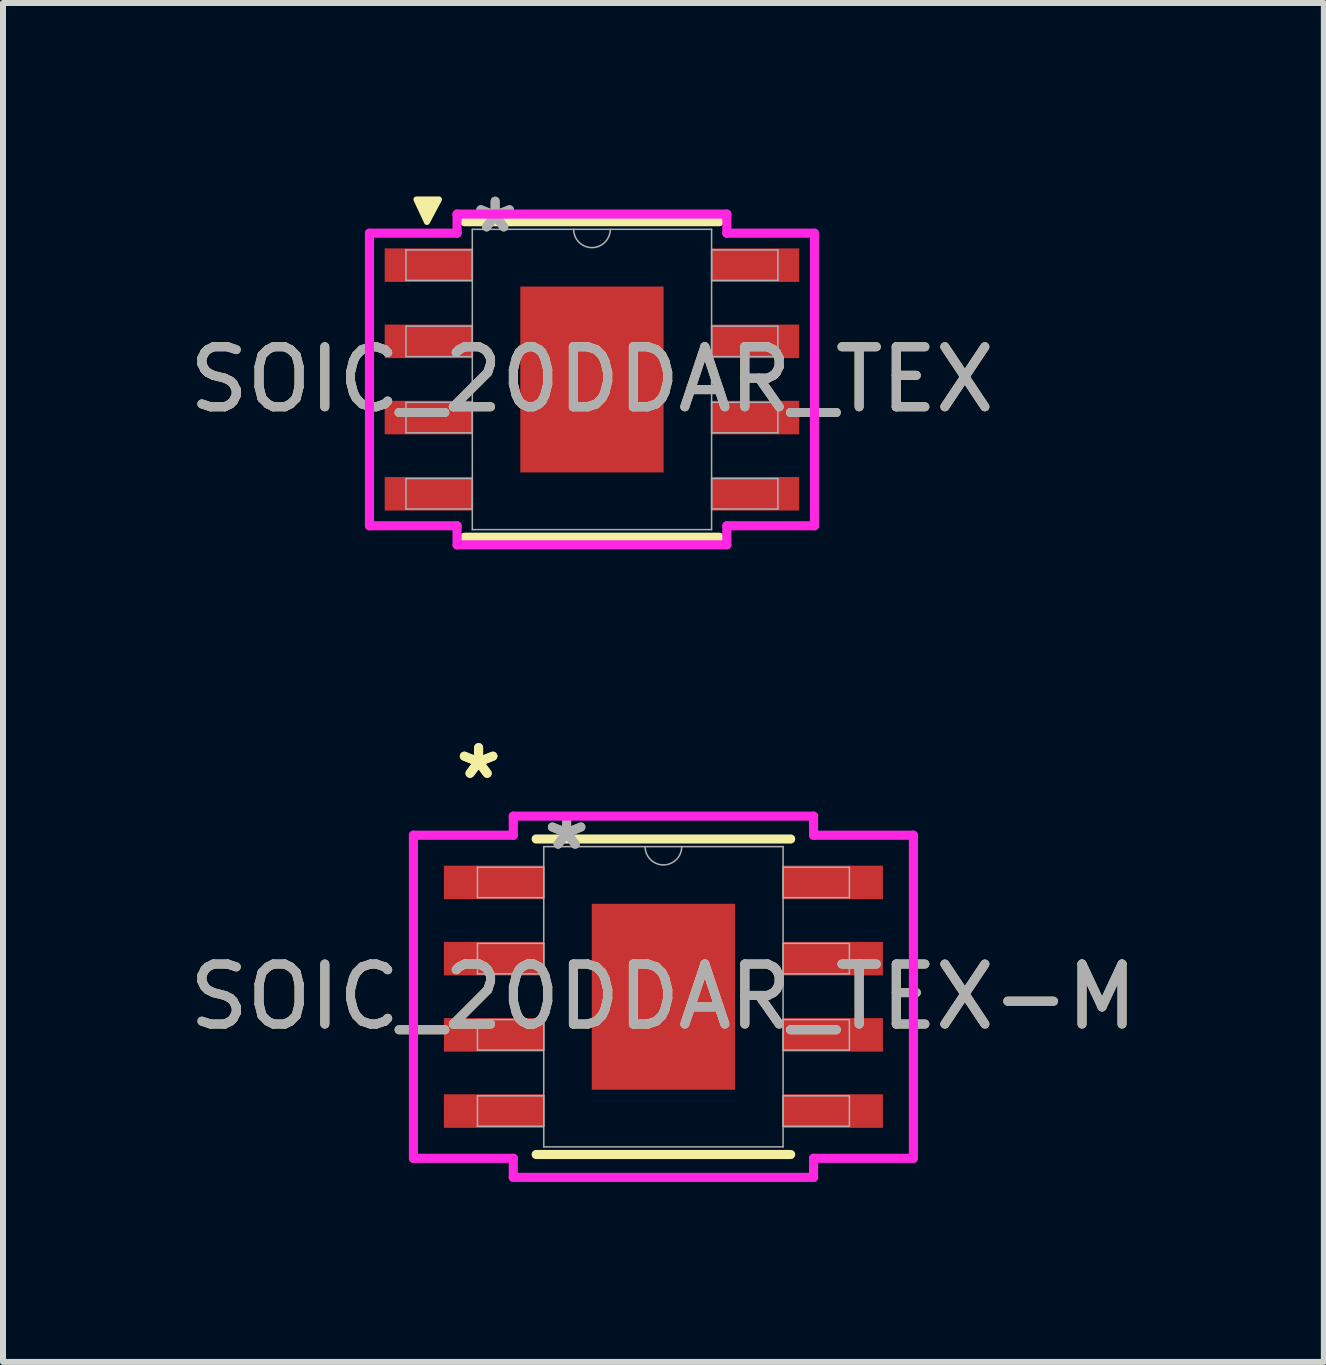
<source format=kicad_pcb>
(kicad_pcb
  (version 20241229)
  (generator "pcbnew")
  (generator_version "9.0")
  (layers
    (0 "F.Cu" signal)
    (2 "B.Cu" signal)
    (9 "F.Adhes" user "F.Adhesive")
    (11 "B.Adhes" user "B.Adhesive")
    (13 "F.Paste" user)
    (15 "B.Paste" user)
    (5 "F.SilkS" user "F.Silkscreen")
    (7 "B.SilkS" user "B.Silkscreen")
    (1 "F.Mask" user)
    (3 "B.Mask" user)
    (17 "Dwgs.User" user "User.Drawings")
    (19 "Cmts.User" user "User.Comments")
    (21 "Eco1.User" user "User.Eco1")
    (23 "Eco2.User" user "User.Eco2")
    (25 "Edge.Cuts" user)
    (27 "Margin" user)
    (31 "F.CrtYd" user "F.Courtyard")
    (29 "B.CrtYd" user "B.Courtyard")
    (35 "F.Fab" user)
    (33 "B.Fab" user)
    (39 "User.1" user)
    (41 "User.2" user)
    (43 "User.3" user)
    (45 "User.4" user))
  (footprint "SOIC_20DDAR_TEX-M"
    (layer "F.Cu")
    (at 8.006 13.561)
    (property "Reference" "SOIC_20DDAR_TEX-M" (at 0 0 0) (unlocked yes) (layer "F.SilkS") (effects (font (size 1 1) (thickness 0.15))))
    (attr smd)
    (fp_line (start -2.121 2.629) (end 2.121 2.629) (stroke (width 0.152) (type solid)) (layer "F.SilkS"))
    (fp_line (start 2.121 -2.629) (end -2.121 -2.629) (stroke (width 0.152) (type solid)) (layer "F.SilkS"))
    (fp_poly (pts (xy -1.094 -1.449) (xy -1.094 -0.1) (xy 1.094 -0.1) (xy 1.094 -1.449)) (stroke (width 0) (type solid)) (fill yes) (layer "F.Paste"))
    (fp_poly (pts (xy -1.094 0.1) (xy -1.094 1.449) (xy 1.094 1.449) (xy 1.094 0.1)) (stroke (width 0) (type solid)) (fill yes) (layer "F.Paste"))
    (fp_line (start -4.166 -2.692) (end -2.502 -2.692) (stroke (width 0.152) (type solid)) (layer "F.CrtYd"))
    (fp_line (start -4.166 2.692) (end -4.166 -2.692) (stroke (width 0.152) (type solid)) (layer "F.CrtYd"))
    (fp_line (start -4.166 2.692) (end -2.502 2.692) (stroke (width 0.152) (type solid)) (layer "F.CrtYd"))
    (fp_line (start -2.502 -3.01) (end 2.502 -3.01) (stroke (width 0.152) (type solid)) (layer "F.CrtYd"))
    (fp_line (start -2.502 -2.692) (end -2.502 -3.01) (stroke (width 0.152) (type solid)) (layer "F.CrtYd"))
    (fp_line (start -2.502 3.01) (end -2.502 2.692) (stroke (width 0.152) (type solid)) (layer "F.CrtYd"))
    (fp_line (start 2.502 -3.01) (end 2.502 -2.692) (stroke (width 0.152) (type solid)) (layer "F.CrtYd"))
    (fp_line (start 2.502 2.692) (end 2.502 3.01) (stroke (width 0.152) (type solid)) (layer "F.CrtYd"))
    (fp_line (start 2.502 3.01) (end -2.502 3.01) (stroke (width 0.152) (type solid)) (layer "F.CrtYd"))
    (fp_line (start 4.166 -2.692) (end 2.502 -2.692) (stroke (width 0.152) (type solid)) (layer "F.CrtYd"))
    (fp_line (start 4.166 -2.692) (end 4.166 2.692) (stroke (width 0.152) (type solid)) (layer "F.CrtYd"))
    (fp_line (start 4.166 2.692) (end 2.502 2.692) (stroke (width 0.152) (type solid)) (layer "F.CrtYd"))
    (fp_line (start -3.099 -2.159) (end -3.099 -1.651) (stroke (width 0.025) (type solid)) (layer "F.Fab"))
    (fp_line (start -3.099 -1.651) (end -1.994 -1.651) (stroke (width 0.025) (type solid)) (layer "F.Fab"))
    (fp_line (start -3.099 -0.889) (end -3.099 -0.381) (stroke (width 0.025) (type solid)) (layer "F.Fab"))
    (fp_line (start -3.099 -0.381) (end -1.994 -0.381) (stroke (width 0.025) (type solid)) (layer "F.Fab"))
    (fp_line (start -3.099 0.381) (end -3.099 0.889) (stroke (width 0.025) (type solid)) (layer "F.Fab"))
    (fp_line (start -3.099 0.889) (end -1.994 0.889) (stroke (width 0.025) (type solid)) (layer "F.Fab"))
    (fp_line (start -3.099 1.651) (end -3.099 2.159) (stroke (width 0.025) (type solid)) (layer "F.Fab"))
    (fp_line (start -3.099 2.159) (end -1.994 2.159) (stroke (width 0.025) (type solid)) (layer "F.Fab"))
    (fp_line (start -1.994 -2.502) (end -1.994 2.502) (stroke (width 0.025) (type solid)) (layer "F.Fab"))
    (fp_line (start -1.994 -2.159) (end -3.099 -2.159) (stroke (width 0.025) (type solid)) (layer "F.Fab"))
    (fp_line (start -1.994 -1.651) (end -1.994 -2.159) (stroke (width 0.025) (type solid)) (layer "F.Fab"))
    (fp_line (start -1.994 -0.889) (end -3.099 -0.889) (stroke (width 0.025) (type solid)) (layer "F.Fab"))
    (fp_line (start -1.994 -0.381) (end -1.994 -0.889) (stroke (width 0.025) (type solid)) (layer "F.Fab"))
    (fp_line (start -1.994 0.381) (end -3.099 0.381) (stroke (width 0.025) (type solid)) (layer "F.Fab"))
    (fp_line (start -1.994 0.889) (end -1.994 0.381) (stroke (width 0.025) (type solid)) (layer "F.Fab"))
    (fp_line (start -1.994 1.651) (end -3.099 1.651) (stroke (width 0.025) (type solid)) (layer "F.Fab"))
    (fp_line (start -1.994 2.159) (end -1.994 1.651) (stroke (width 0.025) (type solid)) (layer "F.Fab"))
    (fp_line (start -1.994 2.502) (end 1.994 2.502) (stroke (width 0.025) (type solid)) (layer "F.Fab"))
    (fp_line (start 1.994 -2.502) (end -1.994 -2.502) (stroke (width 0.025) (type solid)) (layer "F.Fab"))
    (fp_line (start 1.994 -2.159) (end 1.994 -1.651) (stroke (width 0.025) (type solid)) (layer "F.Fab"))
    (fp_line (start 1.994 -1.651) (end 3.099 -1.651) (stroke (width 0.025) (type solid)) (layer "F.Fab"))
    (fp_line (start 1.994 -0.889) (end 1.994 -0.381) (stroke (width 0.025) (type solid)) (layer "F.Fab"))
    (fp_line (start 1.994 -0.381) (end 3.099 -0.381) (stroke (width 0.025) (type solid)) (layer "F.Fab"))
    (fp_line (start 1.994 0.381) (end 1.994 0.889) (stroke (width 0.025) (type solid)) (layer "F.Fab"))
    (fp_line (start 1.994 0.889) (end 3.099 0.889) (stroke (width 0.025) (type solid)) (layer "F.Fab"))
    (fp_line (start 1.994 1.651) (end 1.994 2.159) (stroke (width 0.025) (type solid)) (layer "F.Fab"))
    (fp_line (start 1.994 2.159) (end 3.099 2.159) (stroke (width 0.025) (type solid)) (layer "F.Fab"))
    (fp_line (start 1.994 2.502) (end 1.994 -2.502) (stroke (width 0.025) (type solid)) (layer "F.Fab"))
    (fp_line (start 3.099 -2.159) (end 1.994 -2.159) (stroke (width 0.025) (type solid)) (layer "F.Fab"))
    (fp_line (start 3.099 -1.651) (end 3.099 -2.159) (stroke (width 0.025) (type solid)) (layer "F.Fab"))
    (fp_line (start 3.099 -0.889) (end 1.994 -0.889) (stroke (width 0.025) (type solid)) (layer "F.Fab"))
    (fp_line (start 3.099 -0.381) (end 3.099 -0.889) (stroke (width 0.025) (type solid)) (layer "F.Fab"))
    (fp_line (start 3.099 0.381) (end 1.994 0.381) (stroke (width 0.025) (type solid)) (layer "F.Fab"))
    (fp_line (start 3.099 0.889) (end 3.099 0.381) (stroke (width 0.025) (type solid)) (layer "F.Fab"))
    (fp_line (start 3.099 1.651) (end 1.994 1.651) (stroke (width 0.025) (type solid)) (layer "F.Fab"))
    (fp_line (start 3.099 2.159) (end 3.099 1.651) (stroke (width 0.025) (type solid)) (layer "F.Fab"))
    (fp_arc (start 0.3048 -2.5019) (mid 0 -2.1971) (end -0.3048 -2.5019) (stroke (width 0.0254) (type solid)) (layer "F.Fab"))
    (fp_text user "*" (at -3.08 -3.607 0) (layer "F.SilkS") (effects (font (size 1 1) (thickness 0.15))))
    (fp_text user "*" (at -3.08 -3.607 0) (unlocked yes) (layer "F.SilkS") (effects (font (size 1 1) (thickness 0.15))))
    (fp_text user "*" (at -1.613 -2.426 0) (unlocked yes) (layer "F.Fab") (effects (font (size 1 1) (thickness 0.15))))
    (fp_text user "*" (at -1.613 -2.426 0) (layer "F.Fab") (effects (font (size 1 1) (thickness 0.15))))
    (fp_text user "${REFERENCE}" (at 0 0 0) (unlocked yes) (layer "F.Fab") (effects (font (size 1 1) (thickness 0.15))))
    (pad "1" smd rect (at -2.826 -1.905) (size 1.664 0.559) (layers "F.Cu" "F.Mask" "F.Paste"))
    (pad "2" smd rect (at -2.826 -0.635) (size 1.664 0.559) (layers "F.Cu" "F.Mask" "F.Paste"))
    (pad "3" smd rect (at -2.826 0.635) (size 1.664 0.559) (layers "F.Cu" "F.Mask" "F.Paste"))
    (pad "4" smd rect (at -2.826 1.905) (size 1.664 0.559) (layers "F.Cu" "F.Mask" "F.Paste"))
    (pad "5" smd rect (at 2.826 1.905) (size 1.664 0.559) (layers "F.Cu" "F.Mask" "F.Paste"))
    (pad "6" smd rect (at 2.826 0.635) (size 1.664 0.559) (layers "F.Cu" "F.Mask" "F.Paste"))
    (pad "7" smd rect (at 2.826 -0.635) (size 1.664 0.559) (layers "F.Cu" "F.Mask" "F.Paste"))
    (pad "8" smd rect (at 2.826 -1.905) (size 1.664 0.559) (layers "F.Cu" "F.Mask" "F.Paste"))
    (pad "EPAD" smd rect (at 0 0) (size 2.388 3.099) (layers "F.Cu" "F.Mask")))
  (footprint "SOIC_20DDAR_TEX"
    (layer "F.Cu")
    (at 6.815 3.274)
    (property "Reference" "SOIC_20DDAR_TEX" (at 0 0 0) (unlocked yes) (layer "F.SilkS") (effects (font (size 1 1) (thickness 0.15))))
    (attr smd)
    (fp_line (start -2.121 2.629) (end 2.121 2.629) (stroke (width 0.152) (type solid)) (layer "F.SilkS"))
    (fp_line (start 2.121 -2.629) (end -2.121 -2.629) (stroke (width 0.152) (type solid)) (layer "F.SilkS"))
    (fp_poly (pts (xy -2.925 -3) (xy -2.75 -2.625) (xy -2.55 -3)) (stroke (width 0.1) (type solid)) (fill yes) (layer "F.SilkS"))
    (fp_poly (pts (xy -1.094 -1.449) (xy -1.094 -0.1) (xy 1.094 -0.1) (xy 1.094 -1.449)) (stroke (width 0) (type solid)) (fill yes) (layer "F.Paste"))
    (fp_poly (pts (xy -1.094 0.1) (xy -1.094 1.449) (xy 1.094 1.449) (xy 1.094 0.1)) (stroke (width 0) (type solid)) (fill yes) (layer "F.Paste"))
    (fp_line (start -3.708 -2.438) (end -2.248 -2.438) (stroke (width 0.152) (type solid)) (layer "F.CrtYd"))
    (fp_line (start -3.708 2.438) (end -3.708 -2.438) (stroke (width 0.152) (type solid)) (layer "F.CrtYd"))
    (fp_line (start -3.708 2.438) (end -2.248 2.438) (stroke (width 0.152) (type solid)) (layer "F.CrtYd"))
    (fp_line (start -2.248 -2.756) (end 2.248 -2.756) (stroke (width 0.152) (type solid)) (layer "F.CrtYd"))
    (fp_line (start -2.248 -2.438) (end -2.248 -2.756) (stroke (width 0.152) (type solid)) (layer "F.CrtYd"))
    (fp_line (start -2.248 2.756) (end -2.248 2.438) (stroke (width 0.152) (type solid)) (layer "F.CrtYd"))
    (fp_line (start 2.248 -2.756) (end 2.248 -2.438) (stroke (width 0.152) (type solid)) (layer "F.CrtYd"))
    (fp_line (start 2.248 2.438) (end 2.248 2.756) (stroke (width 0.152) (type solid)) (layer "F.CrtYd"))
    (fp_line (start 2.248 2.756) (end -2.248 2.756) (stroke (width 0.152) (type solid)) (layer "F.CrtYd"))
    (fp_line (start 3.708 -2.438) (end 2.248 -2.438) (stroke (width 0.152) (type solid)) (layer "F.CrtYd"))
    (fp_line (start 3.708 -2.438) (end 3.708 2.438) (stroke (width 0.152) (type solid)) (layer "F.CrtYd"))
    (fp_line (start 3.708 2.438) (end 2.248 2.438) (stroke (width 0.152) (type solid)) (layer "F.CrtYd"))
    (fp_line (start -3.099 -2.159) (end -3.099 -1.651) (stroke (width 0.025) (type solid)) (layer "F.Fab"))
    (fp_line (start -3.099 -1.651) (end -1.994 -1.651) (stroke (width 0.025) (type solid)) (layer "F.Fab"))
    (fp_line (start -3.099 -0.889) (end -3.099 -0.381) (stroke (width 0.025) (type solid)) (layer "F.Fab"))
    (fp_line (start -3.099 -0.381) (end -1.994 -0.381) (stroke (width 0.025) (type solid)) (layer "F.Fab"))
    (fp_line (start -3.099 0.381) (end -3.099 0.889) (stroke (width 0.025) (type solid)) (layer "F.Fab"))
    (fp_line (start -3.099 0.889) (end -1.994 0.889) (stroke (width 0.025) (type solid)) (layer "F.Fab"))
    (fp_line (start -3.099 1.651) (end -3.099 2.159) (stroke (width 0.025) (type solid)) (layer "F.Fab"))
    (fp_line (start -3.099 2.159) (end -1.994 2.159) (stroke (width 0.025) (type solid)) (layer "F.Fab"))
    (fp_line (start -1.994 -2.502) (end -1.994 2.502) (stroke (width 0.025) (type solid)) (layer "F.Fab"))
    (fp_line (start -1.994 -2.159) (end -3.099 -2.159) (stroke (width 0.025) (type solid)) (layer "F.Fab"))
    (fp_line (start -1.994 -1.651) (end -1.994 -2.159) (stroke (width 0.025) (type solid)) (layer "F.Fab"))
    (fp_line (start -1.994 -0.889) (end -3.099 -0.889) (stroke (width 0.025) (type solid)) (layer "F.Fab"))
    (fp_line (start -1.994 -0.381) (end -1.994 -0.889) (stroke (width 0.025) (type solid)) (layer "F.Fab"))
    (fp_line (start -1.994 0.381) (end -3.099 0.381) (stroke (width 0.025) (type solid)) (layer "F.Fab"))
    (fp_line (start -1.994 0.889) (end -1.994 0.381) (stroke (width 0.025) (type solid)) (layer "F.Fab"))
    (fp_line (start -1.994 1.651) (end -3.099 1.651) (stroke (width 0.025) (type solid)) (layer "F.Fab"))
    (fp_line (start -1.994 2.159) (end -1.994 1.651) (stroke (width 0.025) (type solid)) (layer "F.Fab"))
    (fp_line (start -1.994 2.502) (end 1.994 2.502) (stroke (width 0.025) (type solid)) (layer "F.Fab"))
    (fp_line (start 1.994 -2.502) (end -1.994 -2.502) (stroke (width 0.025) (type solid)) (layer "F.Fab"))
    (fp_line (start 1.994 -2.159) (end 1.994 -1.651) (stroke (width 0.025) (type solid)) (layer "F.Fab"))
    (fp_line (start 1.994 -1.651) (end 3.099 -1.651) (stroke (width 0.025) (type solid)) (layer "F.Fab"))
    (fp_line (start 1.994 -0.889) (end 1.994 -0.381) (stroke (width 0.025) (type solid)) (layer "F.Fab"))
    (fp_line (start 1.994 -0.381) (end 3.099 -0.381) (stroke (width 0.025) (type solid)) (layer "F.Fab"))
    (fp_line (start 1.994 0.381) (end 1.994 0.889) (stroke (width 0.025) (type solid)) (layer "F.Fab"))
    (fp_line (start 1.994 0.889) (end 3.099 0.889) (stroke (width 0.025) (type solid)) (layer "F.Fab"))
    (fp_line (start 1.994 1.651) (end 1.994 2.159) (stroke (width 0.025) (type solid)) (layer "F.Fab"))
    (fp_line (start 1.994 2.159) (end 3.099 2.159) (stroke (width 0.025) (type solid)) (layer "F.Fab"))
    (fp_line (start 1.994 2.502) (end 1.994 -2.502) (stroke (width 0.025) (type solid)) (layer "F.Fab"))
    (fp_line (start 3.099 -2.159) (end 1.994 -2.159) (stroke (width 0.025) (type solid)) (layer "F.Fab"))
    (fp_line (start 3.099 -1.651) (end 3.099 -2.159) (stroke (width 0.025) (type solid)) (layer "F.Fab"))
    (fp_line (start 3.099 -0.889) (end 1.994 -0.889) (stroke (width 0.025) (type solid)) (layer "F.Fab"))
    (fp_line (start 3.099 -0.381) (end 3.099 -0.889) (stroke (width 0.025) (type solid)) (layer "F.Fab"))
    (fp_line (start 3.099 0.381) (end 1.994 0.381) (stroke (width 0.025) (type solid)) (layer "F.Fab"))
    (fp_line (start 3.099 0.889) (end 3.099 0.381) (stroke (width 0.025) (type solid)) (layer "F.Fab"))
    (fp_line (start 3.099 1.651) (end 1.994 1.651) (stroke (width 0.025) (type solid)) (layer "F.Fab"))
    (fp_line (start 3.099 2.159) (end 3.099 1.651) (stroke (width 0.025) (type solid)) (layer "F.Fab"))
    (fp_arc (start 0.3048 -2.5019) (mid 0 -2.1971) (end -0.3048 -2.5019) (stroke (width 0.0254) (type solid)) (layer "F.Fab"))
    (fp_text user "*" (at -1.613 -2.426 0) (layer "F.Fab") (effects (font (size 1 1) (thickness 0.15))))
    (fp_text user "*" (at -1.613 -2.426 0) (unlocked yes) (layer "F.Fab") (effects (font (size 1 1) (thickness 0.15))))
    (fp_text user "${REFERENCE}" (at 0 0 0) (unlocked yes) (layer "F.Fab") (effects (font (size 1 1) (thickness 0.15))))
    (pad "1" smd rect (at -2.724 -1.905) (size 1.46 0.559) (layers "F.Cu" "F.Mask" "F.Paste"))
    (pad "2" smd rect (at -2.724 -0.635) (size 1.46 0.559) (layers "F.Cu" "F.Mask" "F.Paste"))
    (pad "3" smd rect (at -2.724 0.635) (size 1.46 0.559) (layers "F.Cu" "F.Mask" "F.Paste"))
    (pad "4" smd rect (at -2.724 1.905) (size 1.46 0.559) (layers "F.Cu" "F.Mask" "F.Paste"))
    (pad "5" smd rect (at 2.724 1.905) (size 1.46 0.559) (layers "F.Cu" "F.Mask" "F.Paste"))
    (pad "6" smd rect (at 2.724 0.635) (size 1.46 0.559) (layers "F.Cu" "F.Mask" "F.Paste"))
    (pad "7" smd rect (at 2.724 -0.635) (size 1.46 0.559) (layers "F.Cu" "F.Mask" "F.Paste"))
    (pad "8" smd rect (at 2.724 -1.905) (size 1.46 0.559) (layers "F.Cu" "F.Mask" "F.Paste"))
    (pad "9" smd rect (at 0 0) (size 2.388 3.099) (layers "F.Cu" "F.Mask")))
  (gr_rect
    (start -3 -3)
    (end 19.012 19.647)
    (stroke (width 0.1) (type default))
    (fill no)
    (layer "Edge.Cuts")))
</source>
